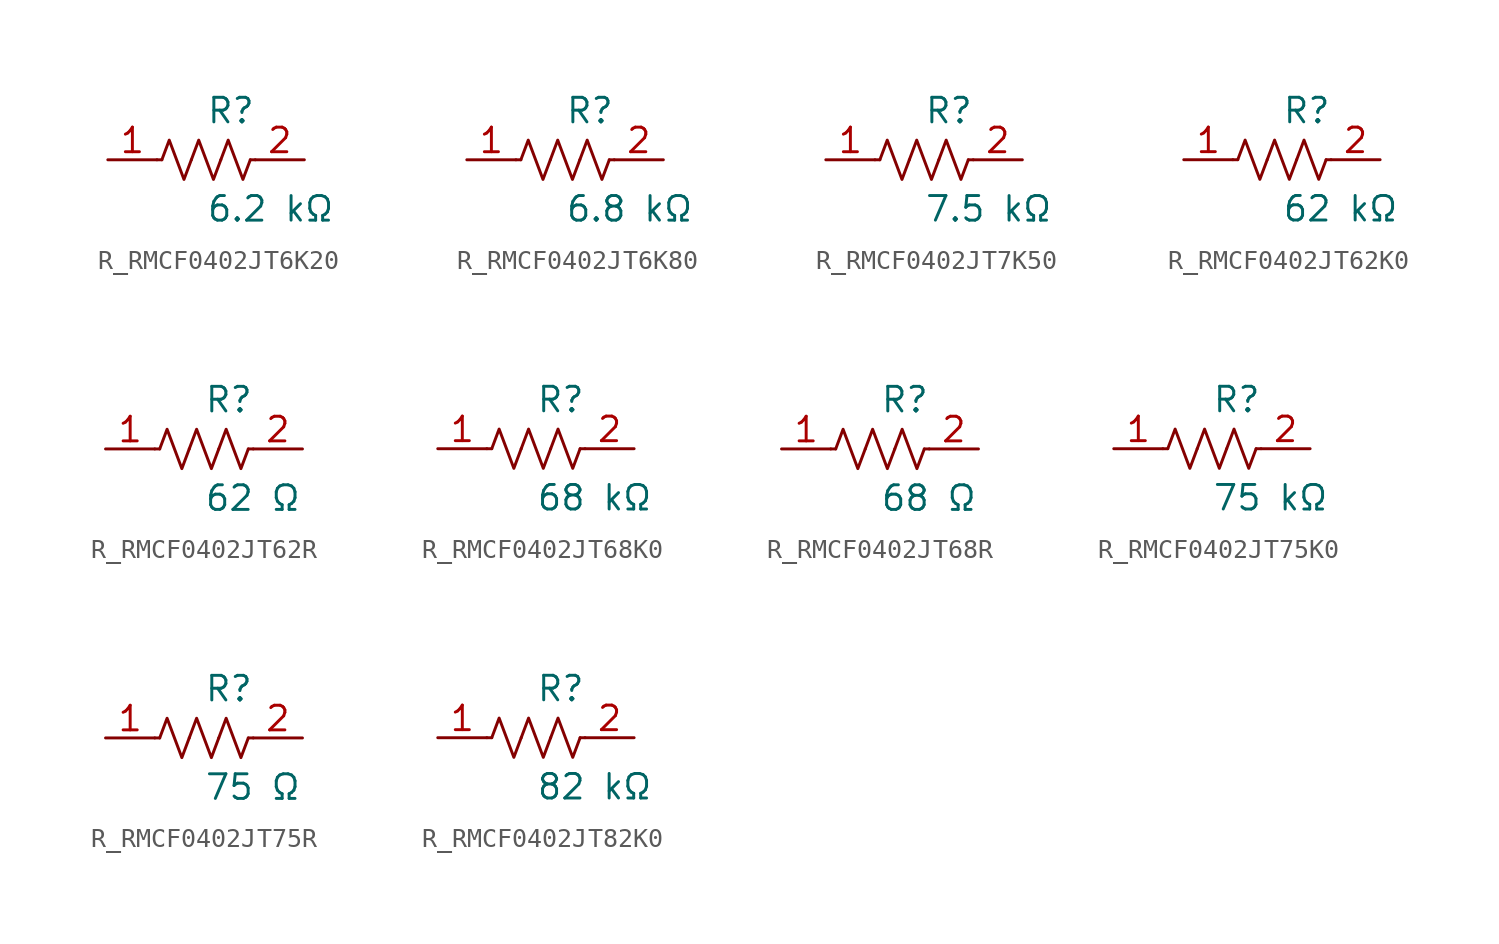
<source format=kicad_sym>
(kicad_symbol_lib
  (version 20231120)
  (generator kicad_symbol_editor)
  (generator_version 8.0)
  (symbol "R_RMCF0402JT6K20"
    (pin_names
      (offset 0.254))
    (property "Reference" "R"
      (at 0 2.54 0)
      (effects (font (size 1.27 1.27)) (justify left)))
    (property "Value" "6.2 kΩ"
      (at 0 -2.54 0)
      (effects (font (size 1.27 1.27)) (justify left)))
    (symbol "R_RMCF0402JT6K20_0_1"
      (polyline (pts (xy 2.286 0) (xy 2.54 0)) (stroke (width 0) (type default)) (fill (type none)))
      (polyline (pts (xy -2.286 0) (xy -2.54 0)) (stroke (width 0) (type default)) (fill (type none)))
      (polyline (pts (xy 0.762 0) (xy 1.143 1.016) (xy 1.524 0) (xy 1.905 -1.016) (xy 2.286 0)) (stroke (width 0) (type default)) (fill (type none)))
      (polyline (pts (xy -0.762 0) (xy -0.381 1.016) (xy 0 0) (xy 0.381 -1.016) (xy 0.762 0)) (stroke (width 0) (type default)) (fill (type none)))
      (polyline (pts (xy -2.286 0) (xy -1.905 1.016) (xy -1.524 0) (xy -1.143 -1.016) (xy -0.762 0)) (stroke (width 0) (type default)) (fill (type none))))
    (pin unspecified line
      (at -5.08 0 0)
      (length 2.54)
      (name "" (effects (font (size 1.27 1.27))))
      (number "1" (effects (font (size 1.27 1.27)))))
    (pin unspecified line
      (at 5.08 0 180)
      (length 2.54)
      (name "" (effects (font (size 1.27 1.27))))
      (number "2" (effects (font (size 1.27 1.27))))))
  (symbol "R_RMCF0402JT6K80"
    (pin_names
      (offset 0.254))
    (property "Reference" "R"
      (at 0 2.54 0)
      (effects (font (size 1.27 1.27)) (justify left)))
    (property "Value" "6.8 kΩ"
      (at 0 -2.54 0)
      (effects (font (size 1.27 1.27)) (justify left)))
    (symbol "R_RMCF0402JT6K80_0_1"
      (polyline (pts (xy 2.286 0) (xy 2.54 0)) (stroke (width 0) (type default)) (fill (type none)))
      (polyline (pts (xy -2.286 0) (xy -2.54 0)) (stroke (width 0) (type default)) (fill (type none)))
      (polyline (pts (xy 0.762 0) (xy 1.143 1.016) (xy 1.524 0) (xy 1.905 -1.016) (xy 2.286 0)) (stroke (width 0) (type default)) (fill (type none)))
      (polyline (pts (xy -0.762 0) (xy -0.381 1.016) (xy 0 0) (xy 0.381 -1.016) (xy 0.762 0)) (stroke (width 0) (type default)) (fill (type none)))
      (polyline (pts (xy -2.286 0) (xy -1.905 1.016) (xy -1.524 0) (xy -1.143 -1.016) (xy -0.762 0)) (stroke (width 0) (type default)) (fill (type none))))
    (pin unspecified line
      (at -5.08 0 0)
      (length 2.54)
      (name "" (effects (font (size 1.27 1.27))))
      (number "1" (effects (font (size 1.27 1.27)))))
    (pin unspecified line
      (at 5.08 0 180)
      (length 2.54)
      (name "" (effects (font (size 1.27 1.27))))
      (number "2" (effects (font (size 1.27 1.27))))))
  (symbol "R_RMCF0402JT7K50"
    (pin_names
      (offset 0.254))
    (property "Reference" "R"
      (at 0 2.54 0)
      (effects (font (size 1.27 1.27)) (justify left)))
    (property "Value" "7.5 kΩ"
      (at 0 -2.54 0)
      (effects (font (size 1.27 1.27)) (justify left)))
    (symbol "R_RMCF0402JT7K50_0_1"
      (polyline (pts (xy 2.286 0) (xy 2.54 0)) (stroke (width 0) (type default)) (fill (type none)))
      (polyline (pts (xy -2.286 0) (xy -2.54 0)) (stroke (width 0) (type default)) (fill (type none)))
      (polyline (pts (xy 0.762 0) (xy 1.143 1.016) (xy 1.524 0) (xy 1.905 -1.016) (xy 2.286 0)) (stroke (width 0) (type default)) (fill (type none)))
      (polyline (pts (xy -0.762 0) (xy -0.381 1.016) (xy 0 0) (xy 0.381 -1.016) (xy 0.762 0)) (stroke (width 0) (type default)) (fill (type none)))
      (polyline (pts (xy -2.286 0) (xy -1.905 1.016) (xy -1.524 0) (xy -1.143 -1.016) (xy -0.762 0)) (stroke (width 0) (type default)) (fill (type none))))
    (pin unspecified line
      (at -5.08 0 0)
      (length 2.54)
      (name "" (effects (font (size 1.27 1.27))))
      (number "1" (effects (font (size 1.27 1.27)))))
    (pin unspecified line
      (at 5.08 0 180)
      (length 2.54)
      (name "" (effects (font (size 1.27 1.27))))
      (number "2" (effects (font (size 1.27 1.27))))))
  (symbol "R_RMCF0402JT62K0"
    (pin_names
      (offset 0.254))
    (property "Reference" "R"
      (at 0 2.54 0)
      (effects (font (size 1.27 1.27)) (justify left)))
    (property "Value" "62 kΩ"
      (at 0 -2.54 0)
      (effects (font (size 1.27 1.27)) (justify left)))
    (symbol "R_RMCF0402JT62K0_0_1"
      (polyline (pts (xy 2.286 0) (xy 2.54 0)) (stroke (width 0) (type default)) (fill (type none)))
      (polyline (pts (xy -2.286 0) (xy -2.54 0)) (stroke (width 0) (type default)) (fill (type none)))
      (polyline (pts (xy 0.762 0) (xy 1.143 1.016) (xy 1.524 0) (xy 1.905 -1.016) (xy 2.286 0)) (stroke (width 0) (type default)) (fill (type none)))
      (polyline (pts (xy -0.762 0) (xy -0.381 1.016) (xy 0 0) (xy 0.381 -1.016) (xy 0.762 0)) (stroke (width 0) (type default)) (fill (type none)))
      (polyline (pts (xy -2.286 0) (xy -1.905 1.016) (xy -1.524 0) (xy -1.143 -1.016) (xy -0.762 0)) (stroke (width 0) (type default)) (fill (type none))))
    (pin unspecified line
      (at -5.08 0 0)
      (length 2.54)
      (name "" (effects (font (size 1.27 1.27))))
      (number "1" (effects (font (size 1.27 1.27)))))
    (pin unspecified line
      (at 5.08 0 180)
      (length 2.54)
      (name "" (effects (font (size 1.27 1.27))))
      (number "2" (effects (font (size 1.27 1.27))))))
  (symbol "R_RMCF0402JT62R"
    (pin_names
      (offset 0.254))
    (property "Reference" "R"
      (at 0 2.54 0)
      (effects (font (size 1.27 1.27)) (justify left)))
    (property "Value" "62 Ω"
      (at 0 -2.54 0)
      (effects (font (size 1.27 1.27)) (justify left)))
    (symbol "R_RMCF0402JT62R_0_1"
      (polyline (pts (xy 2.286 0) (xy 2.54 0)) (stroke (width 0) (type default)) (fill (type none)))
      (polyline (pts (xy -2.286 0) (xy -2.54 0)) (stroke (width 0) (type default)) (fill (type none)))
      (polyline (pts (xy 0.762 0) (xy 1.143 1.016) (xy 1.524 0) (xy 1.905 -1.016) (xy 2.286 0)) (stroke (width 0) (type default)) (fill (type none)))
      (polyline (pts (xy -0.762 0) (xy -0.381 1.016) (xy 0 0) (xy 0.381 -1.016) (xy 0.762 0)) (stroke (width 0) (type default)) (fill (type none)))
      (polyline (pts (xy -2.286 0) (xy -1.905 1.016) (xy -1.524 0) (xy -1.143 -1.016) (xy -0.762 0)) (stroke (width 0) (type default)) (fill (type none))))
    (pin unspecified line
      (at -5.08 0 0)
      (length 2.54)
      (name "" (effects (font (size 1.27 1.27))))
      (number "1" (effects (font (size 1.27 1.27)))))
    (pin unspecified line
      (at 5.08 0 180)
      (length 2.54)
      (name "" (effects (font (size 1.27 1.27))))
      (number "2" (effects (font (size 1.27 1.27))))))
  (symbol "R_RMCF0402JT68K0"
    (pin_names
      (offset 0.254))
    (property "Reference" "R"
      (at 0 2.54 0)
      (effects (font (size 1.27 1.27)) (justify left)))
    (property "Value" "68 kΩ"
      (at 0 -2.54 0)
      (effects (font (size 1.27 1.27)) (justify left)))
    (symbol "R_RMCF0402JT68K0_0_1"
      (polyline (pts (xy 2.286 0) (xy 2.54 0)) (stroke (width 0) (type default)) (fill (type none)))
      (polyline (pts (xy -2.286 0) (xy -2.54 0)) (stroke (width 0) (type default)) (fill (type none)))
      (polyline (pts (xy 0.762 0) (xy 1.143 1.016) (xy 1.524 0) (xy 1.905 -1.016) (xy 2.286 0)) (stroke (width 0) (type default)) (fill (type none)))
      (polyline (pts (xy -0.762 0) (xy -0.381 1.016) (xy 0 0) (xy 0.381 -1.016) (xy 0.762 0)) (stroke (width 0) (type default)) (fill (type none)))
      (polyline (pts (xy -2.286 0) (xy -1.905 1.016) (xy -1.524 0) (xy -1.143 -1.016) (xy -0.762 0)) (stroke (width 0) (type default)) (fill (type none))))
    (pin unspecified line
      (at -5.08 0 0)
      (length 2.54)
      (name "" (effects (font (size 1.27 1.27))))
      (number "1" (effects (font (size 1.27 1.27)))))
    (pin unspecified line
      (at 5.08 0 180)
      (length 2.54)
      (name "" (effects (font (size 1.27 1.27))))
      (number "2" (effects (font (size 1.27 1.27))))))
  (symbol "R_RMCF0402JT68R"
    (pin_names
      (offset 0.254))
    (property "Reference" "R"
      (at 0 2.54 0)
      (effects (font (size 1.27 1.27)) (justify left)))
    (property "Value" "68 Ω"
      (at 0 -2.54 0)
      (effects (font (size 1.27 1.27)) (justify left)))
    (symbol "R_RMCF0402JT68R_0_1"
      (polyline (pts (xy 2.286 0) (xy 2.54 0)) (stroke (width 0) (type default)) (fill (type none)))
      (polyline (pts (xy -2.286 0) (xy -2.54 0)) (stroke (width 0) (type default)) (fill (type none)))
      (polyline (pts (xy 0.762 0) (xy 1.143 1.016) (xy 1.524 0) (xy 1.905 -1.016) (xy 2.286 0)) (stroke (width 0) (type default)) (fill (type none)))
      (polyline (pts (xy -0.762 0) (xy -0.381 1.016) (xy 0 0) (xy 0.381 -1.016) (xy 0.762 0)) (stroke (width 0) (type default)) (fill (type none)))
      (polyline (pts (xy -2.286 0) (xy -1.905 1.016) (xy -1.524 0) (xy -1.143 -1.016) (xy -0.762 0)) (stroke (width 0) (type default)) (fill (type none))))
    (pin unspecified line
      (at -5.08 0 0)
      (length 2.54)
      (name "" (effects (font (size 1.27 1.27))))
      (number "1" (effects (font (size 1.27 1.27)))))
    (pin unspecified line
      (at 5.08 0 180)
      (length 2.54)
      (name "" (effects (font (size 1.27 1.27))))
      (number "2" (effects (font (size 1.27 1.27))))))
  (symbol "R_RMCF0402JT75K0"
    (pin_names
      (offset 0.254))
    (property "Reference" "R"
      (at 0 2.54 0)
      (effects (font (size 1.27 1.27)) (justify left)))
    (property "Value" "75 kΩ"
      (at 0 -2.54 0)
      (effects (font (size 1.27 1.27)) (justify left)))
    (symbol "R_RMCF0402JT75K0_0_1"
      (polyline (pts (xy 2.286 0) (xy 2.54 0)) (stroke (width 0) (type default)) (fill (type none)))
      (polyline (pts (xy -2.286 0) (xy -2.54 0)) (stroke (width 0) (type default)) (fill (type none)))
      (polyline (pts (xy 0.762 0) (xy 1.143 1.016) (xy 1.524 0) (xy 1.905 -1.016) (xy 2.286 0)) (stroke (width 0) (type default)) (fill (type none)))
      (polyline (pts (xy -0.762 0) (xy -0.381 1.016) (xy 0 0) (xy 0.381 -1.016) (xy 0.762 0)) (stroke (width 0) (type default)) (fill (type none)))
      (polyline (pts (xy -2.286 0) (xy -1.905 1.016) (xy -1.524 0) (xy -1.143 -1.016) (xy -0.762 0)) (stroke (width 0) (type default)) (fill (type none))))
    (pin unspecified line
      (at -5.08 0 0)
      (length 2.54)
      (name "" (effects (font (size 1.27 1.27))))
      (number "1" (effects (font (size 1.27 1.27)))))
    (pin unspecified line
      (at 5.08 0 180)
      (length 2.54)
      (name "" (effects (font (size 1.27 1.27))))
      (number "2" (effects (font (size 1.27 1.27))))))
  (symbol "R_RMCF0402JT75R"
    (pin_names
      (offset 0.254))
    (property "Reference" "R"
      (at 0 2.54 0)
      (effects (font (size 1.27 1.27)) (justify left)))
    (property "Value" "75 Ω"
      (at 0 -2.54 0)
      (effects (font (size 1.27 1.27)) (justify left)))
    (symbol "R_RMCF0402JT75R_0_1"
      (polyline (pts (xy 2.286 0) (xy 2.54 0)) (stroke (width 0) (type default)) (fill (type none)))
      (polyline (pts (xy -2.286 0) (xy -2.54 0)) (stroke (width 0) (type default)) (fill (type none)))
      (polyline (pts (xy 0.762 0) (xy 1.143 1.016) (xy 1.524 0) (xy 1.905 -1.016) (xy 2.286 0)) (stroke (width 0) (type default)) (fill (type none)))
      (polyline (pts (xy -0.762 0) (xy -0.381 1.016) (xy 0 0) (xy 0.381 -1.016) (xy 0.762 0)) (stroke (width 0) (type default)) (fill (type none)))
      (polyline (pts (xy -2.286 0) (xy -1.905 1.016) (xy -1.524 0) (xy -1.143 -1.016) (xy -0.762 0)) (stroke (width 0) (type default)) (fill (type none))))
    (pin unspecified line
      (at -5.08 0 0)
      (length 2.54)
      (name "" (effects (font (size 1.27 1.27))))
      (number "1" (effects (font (size 1.27 1.27)))))
    (pin unspecified line
      (at 5.08 0 180)
      (length 2.54)
      (name "" (effects (font (size 1.27 1.27))))
      (number "2" (effects (font (size 1.27 1.27))))))
  (symbol "R_RMCF0402JT82K0"
    (pin_names
      (offset 0.254))
    (property "Reference" "R"
      (at 0 2.54 0)
      (effects (font (size 1.27 1.27)) (justify left)))
    (property "Value" "82 kΩ"
      (at 0 -2.54 0)
      (effects (font (size 1.27 1.27)) (justify left)))
    (symbol "R_RMCF0402JT82K0_0_1"
      (polyline (pts (xy 2.286 0) (xy 2.54 0)) (stroke (width 0) (type default)) (fill (type none)))
      (polyline (pts (xy -2.286 0) (xy -2.54 0)) (stroke (width 0) (type default)) (fill (type none)))
      (polyline (pts (xy 0.762 0) (xy 1.143 1.016) (xy 1.524 0) (xy 1.905 -1.016) (xy 2.286 0)) (stroke (width 0) (type default)) (fill (type none)))
      (polyline (pts (xy -0.762 0) (xy -0.381 1.016) (xy 0 0) (xy 0.381 -1.016) (xy 0.762 0)) (stroke (width 0) (type default)) (fill (type none)))
      (polyline (pts (xy -2.286 0) (xy -1.905 1.016) (xy -1.524 0) (xy -1.143 -1.016) (xy -0.762 0)) (stroke (width 0) (type default)) (fill (type none))))
    (pin unspecified line
      (at -5.08 0 0)
      (length 2.54)
      (name "" (effects (font (size 1.27 1.27))))
      (number "1" (effects (font (size 1.27 1.27)))))
    (pin unspecified line
      (at 5.08 0 180)
      (length 2.54)
      (name "" (effects (font (size 1.27 1.27))))
      (number "2" (effects (font (size 1.27 1.27)))))))
</source>
